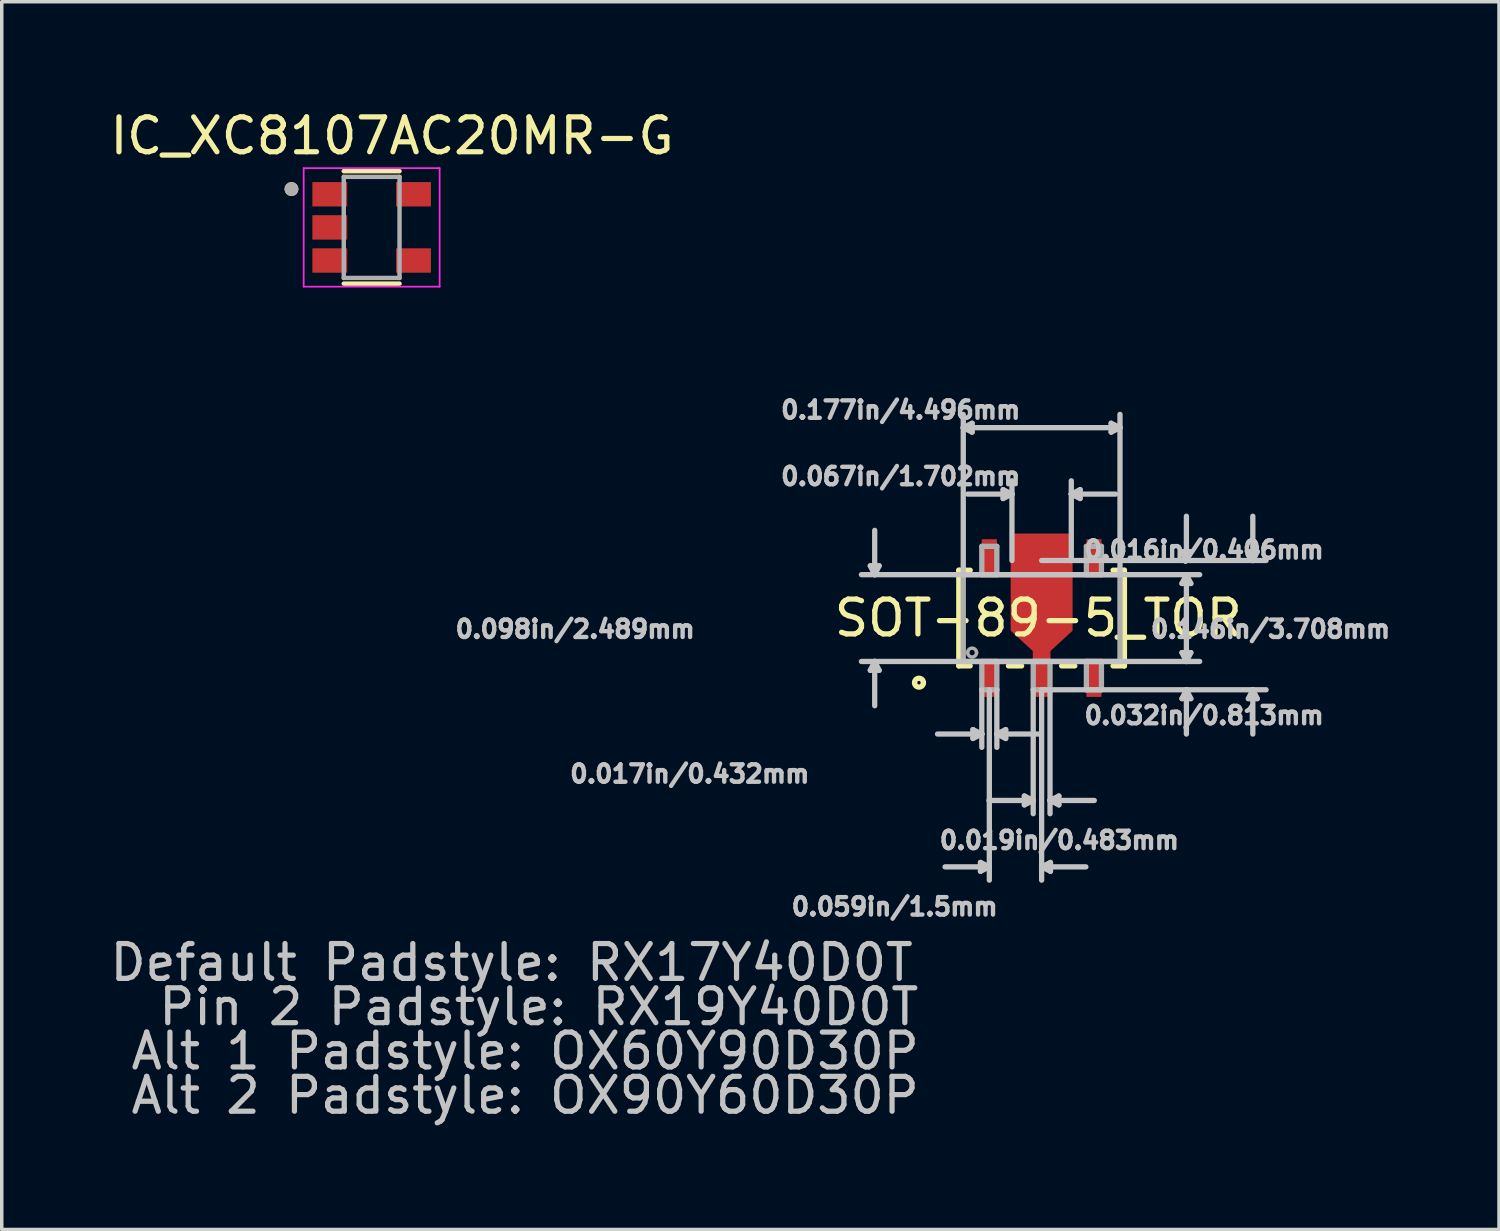
<source format=kicad_pcb>
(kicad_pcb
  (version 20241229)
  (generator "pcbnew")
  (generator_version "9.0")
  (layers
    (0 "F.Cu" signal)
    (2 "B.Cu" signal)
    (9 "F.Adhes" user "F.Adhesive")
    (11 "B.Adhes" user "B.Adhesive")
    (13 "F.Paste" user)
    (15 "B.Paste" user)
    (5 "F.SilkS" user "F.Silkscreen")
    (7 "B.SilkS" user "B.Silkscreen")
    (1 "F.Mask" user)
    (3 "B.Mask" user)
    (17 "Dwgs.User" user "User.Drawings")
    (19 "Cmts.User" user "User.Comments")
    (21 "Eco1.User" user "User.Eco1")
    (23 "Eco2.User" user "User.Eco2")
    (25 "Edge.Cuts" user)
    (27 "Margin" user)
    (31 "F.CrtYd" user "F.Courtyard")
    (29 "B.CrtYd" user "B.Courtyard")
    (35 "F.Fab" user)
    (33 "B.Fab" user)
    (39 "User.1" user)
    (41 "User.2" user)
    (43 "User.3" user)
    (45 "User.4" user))
  (footprint "IC_XC8107AC20MR-G"
    (layer "F.Cu")
    (at 7.611 3.473)
    (property "Reference" "IC_XC8107AC20MR-G" (at 0.585 -2.625 0) (layer "F.SilkS") (effects (font (size 1 1) (thickness 0.15))))
    (attr smd)
    (fp_line (start -0.8 -1.613) (end 0.8 -1.613) (stroke (width 0.127) (type solid)) (layer "F.SilkS"))
    (fp_line (start -0.8 1.613) (end 0.8 1.613) (stroke (width 0.127) (type solid)) (layer "F.SilkS"))
    (fp_circle (center -2.3 -1.1) (end -2.2 -1.1) (stroke (width 0.2) (type solid)) (fill no) (layer "F.SilkS"))
    (fp_line (start -1.95 -1.7) (end 1.95 -1.7) (stroke (width 0.05) (type solid)) (layer "F.CrtYd"))
    (fp_line (start -1.95 1.7) (end -1.95 -1.7) (stroke (width 0.05) (type solid)) (layer "F.CrtYd"))
    (fp_line (start 1.95 -1.7) (end 1.95 1.7) (stroke (width 0.05) (type solid)) (layer "F.CrtYd"))
    (fp_line (start 1.95 1.7) (end -1.95 1.7) (stroke (width 0.05) (type solid)) (layer "F.CrtYd"))
    (fp_line (start -0.8 -1.45) (end 0.8 -1.45) (stroke (width 0.127) (type solid)) (layer "F.Fab"))
    (fp_line (start -0.8 1.45) (end -0.8 -1.45) (stroke (width 0.127) (type solid)) (layer "F.Fab"))
    (fp_line (start 0.8 -1.45) (end 0.8 1.45) (stroke (width 0.127) (type solid)) (layer "F.Fab"))
    (fp_line (start 0.8 1.45) (end -0.8 1.45) (stroke (width 0.127) (type solid)) (layer "F.Fab"))
    (fp_circle (center -2.3 -1.1) (end -2.2 -1.1) (stroke (width 0.2) (type solid)) (fill no) (layer "F.Fab"))
    (pad "1" smd rect (at -1.2 -0.95) (size 1 0.7) (layers "F.Cu" "F.Mask" "F.Paste"))
    (pad "2" smd rect (at -1.2 0) (size 1 0.7) (layers "F.Cu" "F.Mask" "F.Paste"))
    (pad "3" smd rect (at -1.2 0.95) (size 1 0.7) (layers "F.Cu" "F.Mask" "F.Paste"))
    (pad "4" smd rect (at 1.2 0.95) (size 1 0.7) (layers "F.Cu" "F.Mask" "F.Paste"))
    (pad "5" smd rect (at 1.2 -0.95) (size 1 0.7) (layers "F.Cu" "F.Mask" "F.Paste")))
  (footprint "SOT-89-5_TOR"
    (layer "F.Cu")
    (at 26.829 14.679)
    (property "Reference" "SOT-89-5_TOR" (at -0.096 0 0) (layer "F.SilkS") (effects (font (size 1 1) (thickness 0.15))))
    (attr smd)
    (fp_poly (pts (xy -0.241 1.245) (xy -0.241 0.94) (xy -0.876 0.356) (xy -0.876 -2.413) (xy -0.241 -2.413) (xy 0.241 -2.413) (xy 0.876 -2.413) (xy 0.876 0.356) (xy 0.241 0.94) (xy 0.241 1.245)) (stroke (width 0.025) (type solid)) (fill yes) (layer "F.Mask"))
    (fp_line (start -2.375 -1.372) (end -2.375 1.372) (stroke (width 0.152) (type solid)) (layer "F.SilkS"))
    (fp_line (start -2.375 1.372) (end -2.049 1.372) (stroke (width 0.152) (type solid)) (layer "F.SilkS"))
    (fp_line (start -2.049 -1.372) (end -2.375 -1.372) (stroke (width 0.152) (type solid)) (layer "F.SilkS"))
    (fp_line (start -0.951 1.372) (end -0.574 1.372) (stroke (width 0.152) (type solid)) (layer "F.SilkS"))
    (fp_line (start 0.574 1.372) (end 0.951 1.372) (stroke (width 0.152) (type solid)) (layer "F.SilkS"))
    (fp_line (start 2.049 1.372) (end 2.375 1.372) (stroke (width 0.152) (type solid)) (layer "F.SilkS"))
    (fp_line (start 2.375 -1.372) (end 2.049 -1.372) (stroke (width 0.152) (type solid)) (layer "F.SilkS"))
    (fp_line (start 2.375 1.372) (end 2.375 -1.372) (stroke (width 0.152) (type solid)) (layer "F.SilkS"))
    (fp_arc (start -3.6449 1.8542) (mid -3.5179 1.7272) (end -3.3909 1.8542) (stroke (width 0.1524) (type solid)) (layer "F.SilkS"))
    (fp_arc (start -3.3909 1.8542) (mid -3.5179 1.9812) (end -3.6449 1.8542) (stroke (width 0.1524) (type solid)) (layer "F.SilkS"))
    (fp_poly (pts (xy -0.241 1.245) (xy -0.241 0.94) (xy -0.876 0.356) (xy -0.876 -2.413) (xy -0.241 -2.413) (xy 0.241 -2.413) (xy 0.876 -2.413) (xy 0.876 0.356) (xy 0.241 0.94) (xy 0.241 1.245)) (stroke (width 0.025) (type solid)) (fill yes) (layer "F.Paste"))
    (fp_line (start -4.915 -1.499) (end -4.661 -1.499) (stroke (width 0.152) (type solid)) (layer "Dwgs.User"))
    (fp_line (start -4.915 1.499) (end -4.661 1.499) (stroke (width 0.152) (type solid)) (layer "Dwgs.User"))
    (fp_line (start -4.788 -1.245) (end -5.169 -1.245) (stroke (width 0.152) (type solid)) (layer "Dwgs.User"))
    (fp_line (start -4.788 -1.245) (end -4.915 -1.499) (stroke (width 0.152) (type solid)) (layer "Dwgs.User"))
    (fp_line (start -4.788 -1.245) (end -4.788 -2.515) (stroke (width 0.152) (type solid)) (layer "Dwgs.User"))
    (fp_line (start -4.788 -1.245) (end -4.661 -1.499) (stroke (width 0.152) (type solid)) (layer "Dwgs.User"))
    (fp_line (start -4.788 1.245) (end -5.169 1.245) (stroke (width 0.152) (type solid)) (layer "Dwgs.User"))
    (fp_line (start -4.788 1.245) (end -4.915 1.499) (stroke (width 0.152) (type solid)) (layer "Dwgs.User"))
    (fp_line (start -4.788 1.245) (end -4.788 2.515) (stroke (width 0.152) (type solid)) (layer "Dwgs.User"))
    (fp_line (start -4.788 1.245) (end -4.661 1.499) (stroke (width 0.152) (type solid)) (layer "Dwgs.User"))
    (fp_line (start -2.248 -5.461) (end -2.248 -5.842) (stroke (width 0.152) (type solid)) (layer "Dwgs.User"))
    (fp_line (start -2.248 -5.461) (end -1.994 -5.588) (stroke (width 0.152) (type solid)) (layer "Dwgs.User"))
    (fp_line (start -2.248 -5.461) (end -1.994 -5.334) (stroke (width 0.152) (type solid)) (layer "Dwgs.User"))
    (fp_line (start -2.248 -5.461) (end 2.248 -5.461) (stroke (width 0.152) (type solid)) (layer "Dwgs.User"))
    (fp_line (start -2.248 -1.245) (end -2.248 -5.461) (stroke (width 0.152) (type solid)) (layer "Dwgs.User"))
    (fp_line (start -1.994 -5.588) (end -1.994 -5.334) (stroke (width 0.152) (type solid)) (layer "Dwgs.User"))
    (fp_line (start -1.97 3.2) (end -1.97 3.454) (stroke (width 0.152) (type solid)) (layer "Dwgs.User"))
    (fp_line (start -1.754 7.01) (end -1.754 7.264) (stroke (width 0.152) (type solid)) (layer "Dwgs.User"))
    (fp_line (start -1.716 2.057) (end -1.716 3.327) (stroke (width 0.152) (type solid)) (layer "Dwgs.User"))
    (fp_line (start -1.716 3.327) (end -2.986 3.327) (stroke (width 0.152) (type solid)) (layer "Dwgs.User"))
    (fp_line (start -1.716 3.327) (end -1.97 3.2) (stroke (width 0.152) (type solid)) (layer "Dwgs.User"))
    (fp_line (start -1.716 3.327) (end -1.97 3.454) (stroke (width 0.152) (type solid)) (layer "Dwgs.User"))
    (fp_line (start -1.716 3.327) (end -1.716 3.708) (stroke (width 0.152) (type solid)) (layer "Dwgs.User"))
    (fp_line (start -1.5 2.057) (end -1.5 7.137) (stroke (width 0.152) (type solid)) (layer "Dwgs.User"))
    (fp_line (start -1.5 7.137) (end -2.77 7.137) (stroke (width 0.152) (type solid)) (layer "Dwgs.User"))
    (fp_line (start -1.5 7.137) (end -1.754 7.01) (stroke (width 0.152) (type solid)) (layer "Dwgs.User"))
    (fp_line (start -1.5 7.137) (end -1.754 7.264) (stroke (width 0.152) (type solid)) (layer "Dwgs.User"))
    (fp_line (start -1.5 7.137) (end -1.5 7.518) (stroke (width 0.152) (type solid)) (layer "Dwgs.User"))
    (fp_line (start -1.284 2.057) (end -1.284 3.327) (stroke (width 0.152) (type solid)) (layer "Dwgs.User"))
    (fp_line (start -1.284 3.327) (end -1.284 3.708) (stroke (width 0.152) (type solid)) (layer "Dwgs.User"))
    (fp_line (start -1.284 3.327) (end -1.03 3.2) (stroke (width 0.152) (type solid)) (layer "Dwgs.User"))
    (fp_line (start -1.284 3.327) (end -1.03 3.454) (stroke (width 0.152) (type solid)) (layer "Dwgs.User"))
    (fp_line (start -1.284 3.327) (end -0.014 3.327) (stroke (width 0.152) (type solid)) (layer "Dwgs.User"))
    (fp_line (start -1.105 -3.683) (end -1.105 -3.429) (stroke (width 0.152) (type solid)) (layer "Dwgs.User"))
    (fp_line (start -1.03 3.2) (end -1.03 3.454) (stroke (width 0.152) (type solid)) (layer "Dwgs.User"))
    (fp_line (start -0.851 -3.556) (end -2.121 -3.556) (stroke (width 0.152) (type solid)) (layer "Dwgs.User"))
    (fp_line (start -0.851 -3.556) (end -1.105 -3.683) (stroke (width 0.152) (type solid)) (layer "Dwgs.User"))
    (fp_line (start -0.851 -3.556) (end -1.105 -3.429) (stroke (width 0.152) (type solid)) (layer "Dwgs.User"))
    (fp_line (start -0.851 -3.556) (end -0.851 -3.937) (stroke (width 0.152) (type solid)) (layer "Dwgs.User"))
    (fp_line (start -0.851 -1.651) (end -0.851 -3.556) (stroke (width 0.152) (type solid)) (layer "Dwgs.User"))
    (fp_line (start -0.495 5.105) (end -0.495 5.359) (stroke (width 0.152) (type solid)) (layer "Dwgs.User"))
    (fp_line (start -0.241 2.057) (end -0.241 5.232) (stroke (width 0.152) (type solid)) (layer "Dwgs.User"))
    (fp_line (start -0.241 5.232) (end -1.511 5.232) (stroke (width 0.152) (type solid)) (layer "Dwgs.User"))
    (fp_line (start -0.241 5.232) (end -0.495 5.105) (stroke (width 0.152) (type solid)) (layer "Dwgs.User"))
    (fp_line (start -0.241 5.232) (end -0.495 5.359) (stroke (width 0.152) (type solid)) (layer "Dwgs.User"))
    (fp_line (start -0.241 5.232) (end -0.241 5.613) (stroke (width 0.152) (type solid)) (layer "Dwgs.User"))
    (fp_line (start 0 -1.651) (end 0.851 -1.651) (stroke (width 0.152) (type solid)) (layer "Dwgs.User"))
    (fp_line (start 0 2.057) (end 0 7.137) (stroke (width 0.152) (type solid)) (layer "Dwgs.User"))
    (fp_line (start 0 2.057) (end 0.241 2.057) (stroke (width 0.152) (type solid)) (layer "Dwgs.User"))
    (fp_line (start 0 7.137) (end 0 7.518) (stroke (width 0.152) (type solid)) (layer "Dwgs.User"))
    (fp_line (start 0 7.137) (end 0.254 7.01) (stroke (width 0.152) (type solid)) (layer "Dwgs.User"))
    (fp_line (start 0 7.137) (end 0.254 7.264) (stroke (width 0.152) (type solid)) (layer "Dwgs.User"))
    (fp_line (start 0 7.137) (end 1.27 7.137) (stroke (width 0.152) (type solid)) (layer "Dwgs.User"))
    (fp_line (start 0.241 2.057) (end 0.241 5.232) (stroke (width 0.152) (type solid)) (layer "Dwgs.User"))
    (fp_line (start 0.241 2.057) (end 4.153 2.057) (stroke (width 0.152) (type solid)) (layer "Dwgs.User"))
    (fp_line (start 0.241 5.232) (end 0.241 5.613) (stroke (width 0.152) (type solid)) (layer "Dwgs.User"))
    (fp_line (start 0.241 5.232) (end 0.495 5.105) (stroke (width 0.152) (type solid)) (layer "Dwgs.User"))
    (fp_line (start 0.241 5.232) (end 0.495 5.359) (stroke (width 0.152) (type solid)) (layer "Dwgs.User"))
    (fp_line (start 0.241 5.232) (end 1.511 5.232) (stroke (width 0.152) (type solid)) (layer "Dwgs.User"))
    (fp_line (start 0.254 7.01) (end 0.254 7.264) (stroke (width 0.152) (type solid)) (layer "Dwgs.User"))
    (fp_line (start 0.495 5.105) (end 0.495 5.359) (stroke (width 0.152) (type solid)) (layer "Dwgs.User"))
    (fp_line (start 0.851 -3.556) (end 0.851 -3.937) (stroke (width 0.152) (type solid)) (layer "Dwgs.User"))
    (fp_line (start 0.851 -3.556) (end 1.105 -3.683) (stroke (width 0.152) (type solid)) (layer "Dwgs.User"))
    (fp_line (start 0.851 -3.556) (end 1.105 -3.429) (stroke (width 0.152) (type solid)) (layer "Dwgs.User"))
    (fp_line (start 0.851 -3.556) (end 2.121 -3.556) (stroke (width 0.152) (type solid)) (layer "Dwgs.User"))
    (fp_line (start 0.851 -1.651) (end 0.851 -3.556) (stroke (width 0.152) (type solid)) (layer "Dwgs.User"))
    (fp_line (start 0.851 -1.651) (end 4.153 -1.651) (stroke (width 0.152) (type solid)) (layer "Dwgs.User"))
    (fp_line (start 1.105 -3.683) (end 1.105 -3.429) (stroke (width 0.152) (type solid)) (layer "Dwgs.User"))
    (fp_line (start 1.994 -5.588) (end 1.994 -5.334) (stroke (width 0.152) (type solid)) (layer "Dwgs.User"))
    (fp_line (start 2.248 -5.461) (end 1.994 -5.588) (stroke (width 0.152) (type solid)) (layer "Dwgs.User"))
    (fp_line (start 2.248 -5.461) (end 1.994 -5.334) (stroke (width 0.152) (type solid)) (layer "Dwgs.User"))
    (fp_line (start 2.248 -5.461) (end 2.248 -5.842) (stroke (width 0.152) (type solid)) (layer "Dwgs.User"))
    (fp_line (start 2.248 -1.245) (end -4.788 -1.245) (stroke (width 0.152) (type solid)) (layer "Dwgs.User"))
    (fp_line (start 2.248 -1.245) (end 2.248 -5.461) (stroke (width 0.152) (type solid)) (layer "Dwgs.User"))
    (fp_line (start 2.248 -1.245) (end 4.153 -1.245) (stroke (width 0.152) (type solid)) (layer "Dwgs.User"))
    (fp_line (start 4.026 -1.905) (end 4.28 -1.905) (stroke (width 0.152) (type solid)) (layer "Dwgs.User"))
    (fp_line (start 4.026 -0.991) (end 4.28 -0.991) (stroke (width 0.152) (type solid)) (layer "Dwgs.User"))
    (fp_line (start 4.026 0.991) (end 4.28 0.991) (stroke (width 0.152) (type solid)) (layer "Dwgs.User"))
    (fp_line (start 4.026 2.311) (end 4.28 2.311) (stroke (width 0.152) (type solid)) (layer "Dwgs.User"))
    (fp_line (start 4.153 -1.651) (end 4.026 -1.905) (stroke (width 0.152) (type solid)) (layer "Dwgs.User"))
    (fp_line (start 4.153 -1.651) (end 4.153 -2.921) (stroke (width 0.152) (type solid)) (layer "Dwgs.User"))
    (fp_line (start 4.153 -1.651) (end 4.28 -1.905) (stroke (width 0.152) (type solid)) (layer "Dwgs.User"))
    (fp_line (start 4.153 -1.651) (end 6.058 -1.651) (stroke (width 0.152) (type solid)) (layer "Dwgs.User"))
    (fp_line (start 4.153 -1.245) (end 4.026 -0.991) (stroke (width 0.152) (type solid)) (layer "Dwgs.User"))
    (fp_line (start 4.153 -1.245) (end 4.153 1.245) (stroke (width 0.152) (type solid)) (layer "Dwgs.User"))
    (fp_line (start 4.153 -1.245) (end 4.28 -0.991) (stroke (width 0.152) (type solid)) (layer "Dwgs.User"))
    (fp_line (start 4.153 -1.245) (end 4.534 -1.245) (stroke (width 0.152) (type solid)) (layer "Dwgs.User"))
    (fp_line (start 4.153 1.245) (end -4.788 1.245) (stroke (width 0.152) (type solid)) (layer "Dwgs.User"))
    (fp_line (start 4.153 1.245) (end 4.026 0.991) (stroke (width 0.152) (type solid)) (layer "Dwgs.User"))
    (fp_line (start 4.153 1.245) (end 4.28 0.991) (stroke (width 0.152) (type solid)) (layer "Dwgs.User"))
    (fp_line (start 4.153 1.245) (end 4.534 1.245) (stroke (width 0.152) (type solid)) (layer "Dwgs.User"))
    (fp_line (start 4.153 2.057) (end 4.026 2.311) (stroke (width 0.152) (type solid)) (layer "Dwgs.User"))
    (fp_line (start 4.153 2.057) (end 4.153 3.327) (stroke (width 0.152) (type solid)) (layer "Dwgs.User"))
    (fp_line (start 4.153 2.057) (end 4.28 2.311) (stroke (width 0.152) (type solid)) (layer "Dwgs.User"))
    (fp_line (start 4.153 2.057) (end 6.058 2.057) (stroke (width 0.152) (type solid)) (layer "Dwgs.User"))
    (fp_line (start 5.931 -1.905) (end 6.185 -1.905) (stroke (width 0.152) (type solid)) (layer "Dwgs.User"))
    (fp_line (start 5.931 2.311) (end 6.185 2.311) (stroke (width 0.152) (type solid)) (layer "Dwgs.User"))
    (fp_line (start 6.058 -1.651) (end 5.931 -1.905) (stroke (width 0.152) (type solid)) (layer "Dwgs.User"))
    (fp_line (start 6.058 -1.651) (end 6.058 -2.921) (stroke (width 0.152) (type solid)) (layer "Dwgs.User"))
    (fp_line (start 6.058 -1.651) (end 6.185 -1.905) (stroke (width 0.152) (type solid)) (layer "Dwgs.User"))
    (fp_line (start 6.058 -1.651) (end 6.439 -1.651) (stroke (width 0.152) (type solid)) (layer "Dwgs.User"))
    (fp_line (start 6.058 2.057) (end 5.931 2.311) (stroke (width 0.152) (type solid)) (layer "Dwgs.User"))
    (fp_line (start 6.058 2.057) (end 6.058 3.327) (stroke (width 0.152) (type solid)) (layer "Dwgs.User"))
    (fp_line (start 6.058 2.057) (end 6.185 2.311) (stroke (width 0.152) (type solid)) (layer "Dwgs.User"))
    (fp_line (start 6.058 2.057) (end 6.439 2.057) (stroke (width 0.152) (type solid)) (layer "Dwgs.User"))
    (fp_line (start -2.248 -1.245) (end -2.248 1.245) (stroke (width 0.152) (type solid)) (layer "F.Fab"))
    (fp_line (start -2.248 1.245) (end 2.248 1.245) (stroke (width 0.152) (type solid)) (layer "F.Fab"))
    (fp_line (start -1.716 -2.057) (end -1.716 -1.245) (stroke (width 0.152) (type solid)) (layer "F.Fab"))
    (fp_line (start -1.716 -1.245) (end -1.284 -1.245) (stroke (width 0.152) (type solid)) (layer "F.Fab"))
    (fp_line (start -1.716 1.245) (end -1.716 2.057) (stroke (width 0.152) (type solid)) (layer "F.Fab"))
    (fp_line (start -1.716 2.057) (end -1.284 2.057) (stroke (width 0.152) (type solid)) (layer "F.Fab"))
    (fp_line (start -1.284 -2.057) (end -1.716 -2.057) (stroke (width 0.152) (type solid)) (layer "F.Fab"))
    (fp_line (start -1.284 -1.245) (end -1.284 -2.057) (stroke (width 0.152) (type solid)) (layer "F.Fab"))
    (fp_line (start -1.284 1.245) (end -1.716 1.245) (stroke (width 0.152) (type solid)) (layer "F.Fab"))
    (fp_line (start -1.284 2.057) (end -1.284 1.245) (stroke (width 0.152) (type solid)) (layer "F.Fab"))
    (fp_line (start -0.241 1.245) (end -0.241 2.057) (stroke (width 0.152) (type solid)) (layer "F.Fab"))
    (fp_line (start -0.241 2.057) (end 0.241 2.057) (stroke (width 0.152) (type solid)) (layer "F.Fab"))
    (fp_line (start 0.241 1.245) (end -0.241 1.245) (stroke (width 0.152) (type solid)) (layer "F.Fab"))
    (fp_line (start 0.241 2.057) (end 0.241 1.245) (stroke (width 0.152) (type solid)) (layer "F.Fab"))
    (fp_line (start 1.284 -2.057) (end 1.284 -1.245) (stroke (width 0.152) (type solid)) (layer "F.Fab"))
    (fp_line (start 1.284 -1.245) (end 1.716 -1.245) (stroke (width 0.152) (type solid)) (layer "F.Fab"))
    (fp_line (start 1.284 1.245) (end 1.284 2.057) (stroke (width 0.152) (type solid)) (layer "F.Fab"))
    (fp_line (start 1.284 2.057) (end 1.716 2.057) (stroke (width 0.152) (type solid)) (layer "F.Fab"))
    (fp_line (start 1.716 -2.057) (end 1.284 -2.057) (stroke (width 0.152) (type solid)) (layer "F.Fab"))
    (fp_line (start 1.716 -1.245) (end 1.716 -2.057) (stroke (width 0.152) (type solid)) (layer "F.Fab"))
    (fp_line (start 1.716 1.245) (end 1.284 1.245) (stroke (width 0.152) (type solid)) (layer "F.Fab"))
    (fp_line (start 1.716 2.057) (end 1.716 1.245) (stroke (width 0.152) (type solid)) (layer "F.Fab"))
    (fp_line (start 2.248 -1.245) (end -2.248 -1.245) (stroke (width 0.152) (type solid)) (layer "F.Fab"))
    (fp_line (start 2.248 1.245) (end 2.248 -1.245) (stroke (width 0.152) (type solid)) (layer "F.Fab"))
    (fp_arc (start -2.1209 0.9906) (mid -1.9939 0.8636) (end -1.8669 0.9906) (stroke (width 0.1) (type solid)) (layer "F.Fab"))
    (fp_arc (start -1.8669 0.9906) (mid -1.9939 1.1176) (end -2.1209 0.9906) (stroke (width 0.1) (type solid)) (layer "F.Fab"))
    (fp_text user "0.059in/1.5mm" (at -4.216 8.28 0) (layer "Dwgs.User") (effects (font (size 0.5 0.5) (thickness 0.15))))
    (fp_text user "0.019in/0.483mm" (at 0.508 6.375 0) (layer "Dwgs.User") (effects (font (size 0.5 0.5) (thickness 0.15))))
    (fp_text user "0.032in/0.813mm" (at 4.661 2.794 0) (layer "Dwgs.User") (effects (font (size 0.5 0.5) (thickness 0.15))))
    (fp_text user "0.067in/1.702mm" (at -4.042 -4.064 0) (layer "Dwgs.User") (effects (font (size 0.5 0.5) (thickness 0.15))))
    (fp_text user "0.146in/3.708mm" (at 6.566 0.318 0) (layer "Dwgs.User") (effects (font (size 0.5 0.5) (thickness 0.15))))
    (fp_text user "0.098in/2.489mm" (at -13.381 0.318 0) (layer "Dwgs.User") (effects (font (size 0.5 0.5) (thickness 0.15))))
    (fp_text user "Alt 2 Padstyle: OX90Y60D30P" (at -14.814 13.691 0) (layer "Dwgs.User") (effects (font (size 1 1) (thickness 0.15))))
    (fp_text user "Default Padstyle: RX17Y40D0T" (at -15.204 9.881 0) (layer "Dwgs.User") (effects (font (size 1 1) (thickness 0.15))))
    (fp_text user "Pin 2 Padstyle: RX19Y40D0T" (at -14.424 11.151 0) (layer "Dwgs.User") (effects (font (size 1 1) (thickness 0.15))))
    (fp_text user "0.016in/0.406mm" (at 4.661 -1.956 0) (layer "Dwgs.User") (effects (font (size 0.5 0.5) (thickness 0.15))))
    (fp_text user "Alt 1 Padstyle: OX60Y90D30P" (at -14.814 12.421 0) (layer "Dwgs.User") (effects (font (size 1 1) (thickness 0.15))))
    (fp_text user "0.017in/0.432mm" (at -10.093 4.47 0) (layer "Dwgs.User") (effects (font (size 0.5 0.5) (thickness 0.15))))
    (fp_text user "0.177in/4.496mm" (at -4.042 -5.969 0) (layer "Dwgs.User") (effects (font (size 0.5 0.5) (thickness 0.15))))
    (pad "1" smd rect (at -1.5 1.753) (size 0.432 1.016) (layers "F.Cu" "F.Mask" "F.Paste"))
    (pad "2" smd custom (at 0 1.753) (size 0.483 1.016) (layers "F.Cu" "F.Mask" "F.Paste") (options (anchor rect)) (primitives (gr_poly (pts (xy -0.241 -0.508) (xy -0.241 -0.813) (xy -0.876 -1.397) (xy -0.876 -4.166) (xy -0.241 -4.166) (xy 0.241 -4.166) (xy 0.876 -4.166) (xy 0.876 -1.397) (xy 0.241 -0.813) (xy 0.241 -0.508)) (width 0.025) (fill yes))))
    (pad "3" smd rect (at 1.5 1.753) (size 0.432 1.016) (layers "F.Cu" "F.Mask" "F.Paste"))
    (pad "4" smd rect (at 1.5 -1.753) (size 0.432 1.016) (layers "F.Cu" "F.Mask" "F.Paste"))
    (pad "5" smd rect (at -1.5 -1.753) (size 0.432 1.016) (layers "F.Cu" "F.Mask" "F.Paste"))
    (zone (net_name "") (layer "F.Cu") (hatch full 0.508) (connect_pads) (min_thickness 0.025) (filled_areas_thickness no) (keepout (tracks not_allowed) (vias not_allowed) (pads not_allowed) (copperpour not_allowed) (footprints allowed)) (placement (enabled no)) (fill) (polygon (pts (xy 29.457 12.444) (xy 29.457 17.321) (xy 24.2 17.321) (xy 24.2 12.444)))))
  (gr_rect
    (start -3 -3)
    (end 39.949 32.218)
    (stroke (width 0.1) (type default))
    (fill no)
    (layer "Edge.Cuts")))
</source>
